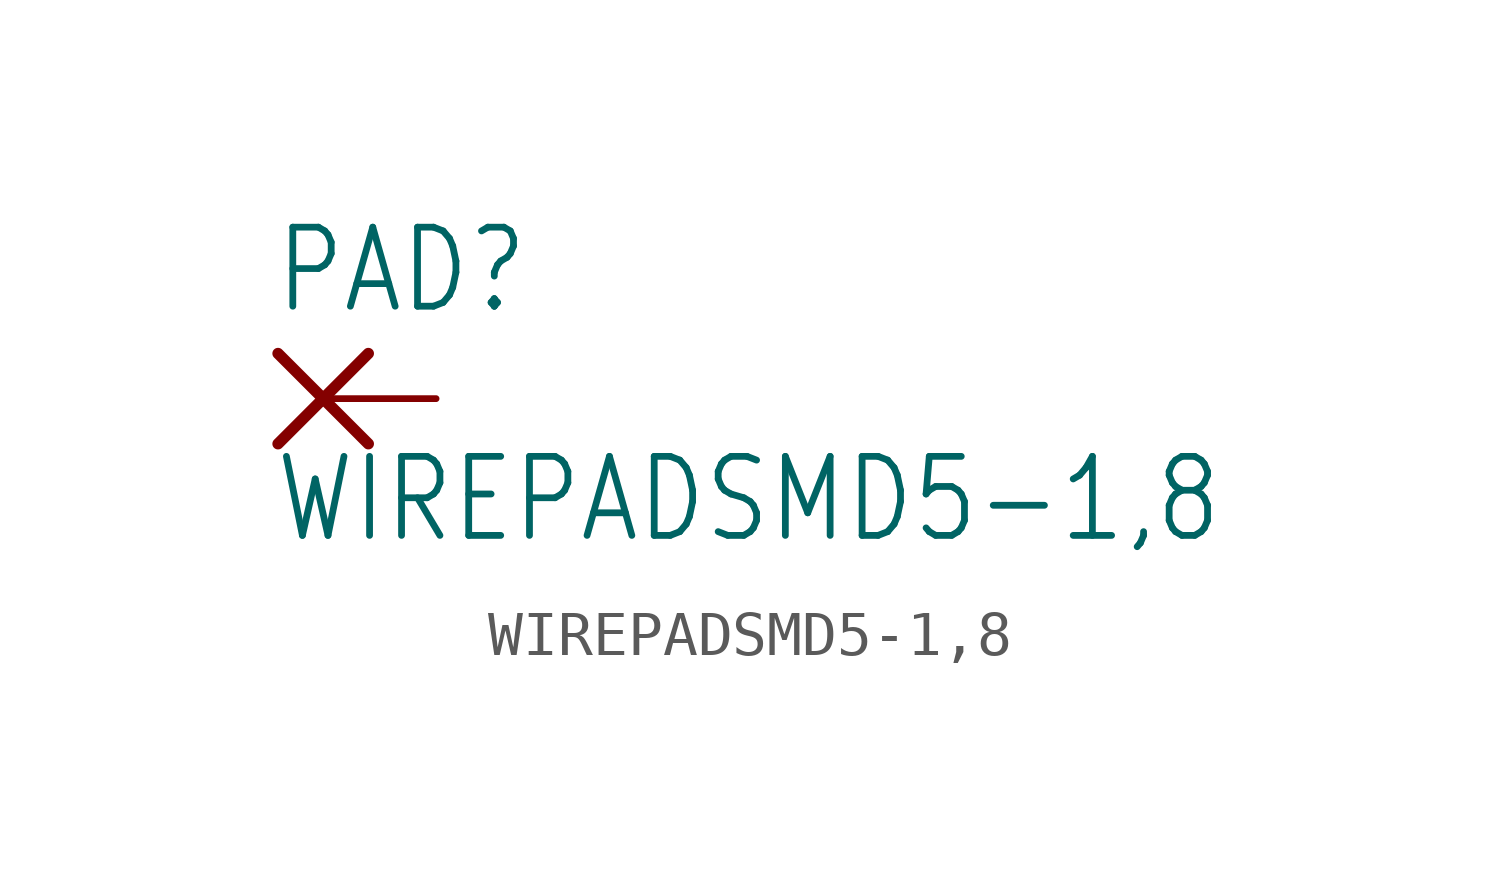
<source format=kicad_sym>
(kicad_symbol_lib
  (version 20210619)
  (generator kicad_symbol_editor)
  (symbol "WIREPADSMD5-1,8"
    (property "Reference" "PAD"
      (at -1.143 1.854 0)
      (effects (font (size 1.778 1.511)) (justify left bottom)))
    (property "Value" "WIREPADSMD5-1,8"
      (at -1.143 -3.302 0)
      (effects (font (size 1.778 1.511)) (justify left bottom)))
    (property "ki_locked" ""
      (at 0 0 0)
      (effects (font (size 1.27 1.27))))
    (symbol "WIREPADSMD5-1,8_1_0"
      (polyline (pts (xy -1.016 -1.016) (xy 1.016 1.016)) (stroke (width 0.254)) (fill (type none)))
      (polyline (pts (xy -1.016 1.016) (xy 1.016 -1.016)) (stroke (width 0.254)) (fill (type none)))
      (pin passive line (at 2.54 0 180) (length 2.54) (name "P" (effects (font (size 0 0)))) (number "1" (effects (font (size 0 0))))))))
</source>
